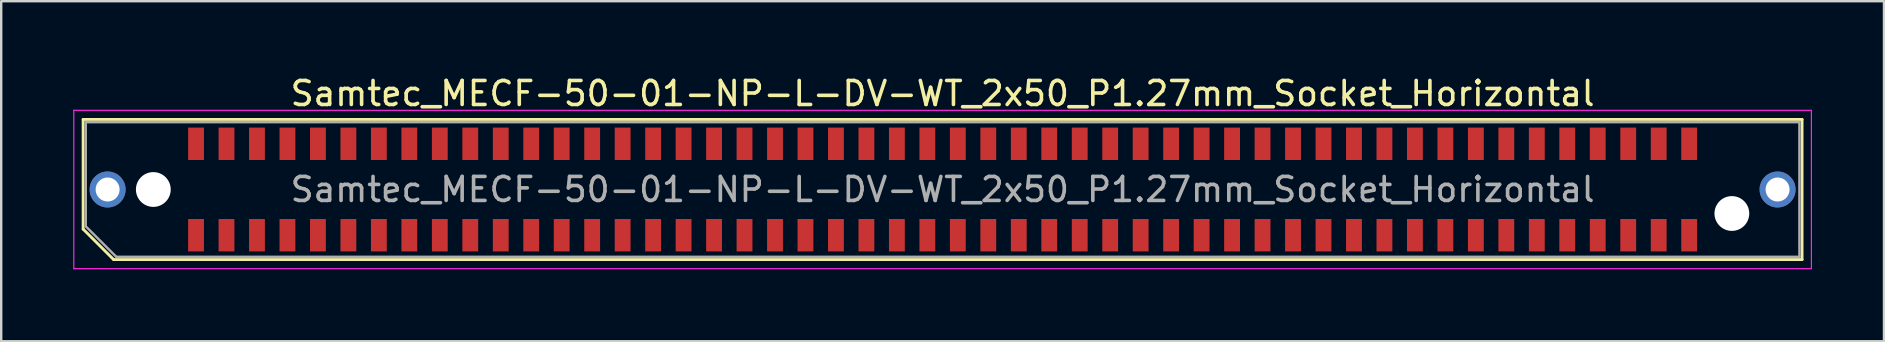
<source format=kicad_pcb>
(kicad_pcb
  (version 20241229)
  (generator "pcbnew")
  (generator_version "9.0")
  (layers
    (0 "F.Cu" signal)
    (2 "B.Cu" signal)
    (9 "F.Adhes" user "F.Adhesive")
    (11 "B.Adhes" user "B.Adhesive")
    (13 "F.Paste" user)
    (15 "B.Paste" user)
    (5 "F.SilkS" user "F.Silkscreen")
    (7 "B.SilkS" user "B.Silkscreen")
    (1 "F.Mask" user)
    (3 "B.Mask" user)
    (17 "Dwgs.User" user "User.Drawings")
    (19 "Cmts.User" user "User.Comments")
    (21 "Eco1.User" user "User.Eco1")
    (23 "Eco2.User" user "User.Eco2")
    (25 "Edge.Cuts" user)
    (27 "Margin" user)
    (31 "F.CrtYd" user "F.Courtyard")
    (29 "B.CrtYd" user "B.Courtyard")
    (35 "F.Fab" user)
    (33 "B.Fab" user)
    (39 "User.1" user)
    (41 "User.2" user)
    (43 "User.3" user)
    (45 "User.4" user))
  (footprint "Samtec_MECF-50-01-NP-L-DV-WT_2x50_P1.27mm_Socket_Horizontal"
    (layer "F.Cu")
    (at 36.235 4.848)
    (property "Reference" "Samtec_MECF-50-01-NP-L-DV-WT_2x50_P1.27mm_Socket_Horizontal" (at 0 -4 0) (layer "F.SilkS") (effects (font (size 1 1) (thickness 0.15))))
    (attr smd)
    (fp_line (start -35.82 -2.92) (end 35.82 -2.92) (stroke (width 0.12) (type solid)) (layer "F.SilkS"))
    (fp_line (start -35.82 1.65) (end -35.82 -2.92) (stroke (width 0.12) (type solid)) (layer "F.SilkS"))
    (fp_line (start -34.55 2.92) (end -35.82 1.65) (stroke (width 0.12) (type solid)) (layer "F.SilkS"))
    (fp_line (start -34.55 2.92) (end 35.82 2.92) (stroke (width 0.12) (type solid)) (layer "F.SilkS"))
    (fp_line (start 35.82 2.92) (end 35.82 -2.92) (stroke (width 0.12) (type solid)) (layer "F.SilkS"))
    (fp_line (start -36.21 -3.3) (end -36.21 3.3) (stroke (width 0.05) (type solid)) (layer "F.CrtYd"))
    (fp_line (start -36.21 3.3) (end 36.21 3.3) (stroke (width 0.05) (type solid)) (layer "F.CrtYd"))
    (fp_line (start 36.21 -3.3) (end -36.21 -3.3) (stroke (width 0.05) (type solid)) (layer "F.CrtYd"))
    (fp_line (start 36.21 3.3) (end 36.21 -3.3) (stroke (width 0.05) (type solid)) (layer "F.CrtYd"))
    (fp_line (start -35.71 -2.805) (end 35.71 -2.805) (stroke (width 0.1) (type solid)) (layer "F.Fab"))
    (fp_line (start -35.71 1.535) (end -35.71 -2.805) (stroke (width 0.1) (type solid)) (layer "F.Fab"))
    (fp_line (start -35.71 1.535) (end -34.44 2.805) (stroke (width 0.1) (type solid)) (layer "F.Fab"))
    (fp_line (start -34.44 2.805) (end 35.71 2.805) (stroke (width 0.1) (type solid)) (layer "F.Fab"))
    (fp_line (start 35.71 2.805) (end 35.71 -2.805) (stroke (width 0.1) (type solid)) (layer "F.Fab"))
    (fp_text user "${REFERENCE}" (at 0 0 0) (layer "F.Fab") (effects (font (size 1 1) (thickness 0.15))))
    (pad "" thru_hole circle (at -34.8 0) (size 1.5 1.5) (drill 1) (layers "*.Cu" "*.Mask"))
    (pad "" np_thru_hole circle (at -32.895 0) (size 1.45 1.45) (drill 1.45) (layers "*.Cu" "*.Mask"))
    (pad "" np_thru_hole circle (at 32.895 1) (size 1.45 1.45) (drill 1.45) (layers "*.Cu" "*.Mask"))
    (pad "" thru_hole circle (at 34.8 0) (size 1.5 1.5) (drill 1) (layers "*.Cu" "*.Mask"))
    (pad "1" smd rect (at -31.115 1.905) (size 0.66 1.35) (layers "F.Cu" "F.Mask" "F.Paste"))
    (pad "2" smd rect (at -31.115 -1.905) (size 0.66 1.35) (layers "F.Cu" "F.Mask" "F.Paste"))
    (pad "3" smd rect (at -29.845 1.905) (size 0.66 1.35) (layers "F.Cu" "F.Mask" "F.Paste"))
    (pad "4" smd rect (at -29.845 -1.905) (size 0.66 1.35) (layers "F.Cu" "F.Mask" "F.Paste"))
    (pad "5" smd rect (at -28.575 1.905) (size 0.66 1.35) (layers "F.Cu" "F.Mask" "F.Paste"))
    (pad "6" smd rect (at -28.575 -1.905) (size 0.66 1.35) (layers "F.Cu" "F.Mask" "F.Paste"))
    (pad "7" smd rect (at -27.305 1.905) (size 0.66 1.35) (layers "F.Cu" "F.Mask" "F.Paste"))
    (pad "8" smd rect (at -27.305 -1.905) (size 0.66 1.35) (layers "F.Cu" "F.Mask" "F.Paste"))
    (pad "9" smd rect (at -26.035 1.905) (size 0.66 1.35) (layers "F.Cu" "F.Mask" "F.Paste"))
    (pad "10" smd rect (at -26.035 -1.905) (size 0.66 1.35) (layers "F.Cu" "F.Mask" "F.Paste"))
    (pad "11" smd rect (at -24.765 1.905) (size 0.66 1.35) (layers "F.Cu" "F.Mask" "F.Paste"))
    (pad "12" smd rect (at -24.765 -1.905) (size 0.66 1.35) (layers "F.Cu" "F.Mask" "F.Paste"))
    (pad "13" smd rect (at -23.495 1.905) (size 0.66 1.35) (layers "F.Cu" "F.Mask" "F.Paste"))
    (pad "14" smd rect (at -23.495 -1.905) (size 0.66 1.35) (layers "F.Cu" "F.Mask" "F.Paste"))
    (pad "15" smd rect (at -22.225 1.905) (size 0.66 1.35) (layers "F.Cu" "F.Mask" "F.Paste"))
    (pad "16" smd rect (at -22.225 -1.905) (size 0.66 1.35) (layers "F.Cu" "F.Mask" "F.Paste"))
    (pad "17" smd rect (at -20.955 1.905) (size 0.66 1.35) (layers "F.Cu" "F.Mask" "F.Paste"))
    (pad "18" smd rect (at -20.955 -1.905) (size 0.66 1.35) (layers "F.Cu" "F.Mask" "F.Paste"))
    (pad "19" smd rect (at -19.685 1.905) (size 0.66 1.35) (layers "F.Cu" "F.Mask" "F.Paste"))
    (pad "20" smd rect (at -19.685 -1.905) (size 0.66 1.35) (layers "F.Cu" "F.Mask" "F.Paste"))
    (pad "21" smd rect (at -18.415 1.905) (size 0.66 1.35) (layers "F.Cu" "F.Mask" "F.Paste"))
    (pad "22" smd rect (at -18.415 -1.905) (size 0.66 1.35) (layers "F.Cu" "F.Mask" "F.Paste"))
    (pad "23" smd rect (at -17.145 1.905) (size 0.66 1.35) (layers "F.Cu" "F.Mask" "F.Paste"))
    (pad "24" smd rect (at -17.145 -1.905) (size 0.66 1.35) (layers "F.Cu" "F.Mask" "F.Paste"))
    (pad "25" smd rect (at -15.875 1.905) (size 0.66 1.35) (layers "F.Cu" "F.Mask" "F.Paste"))
    (pad "26" smd rect (at -15.875 -1.905) (size 0.66 1.35) (layers "F.Cu" "F.Mask" "F.Paste"))
    (pad "27" smd rect (at -14.605 1.905) (size 0.66 1.35) (layers "F.Cu" "F.Mask" "F.Paste"))
    (pad "28" smd rect (at -14.605 -1.905) (size 0.66 1.35) (layers "F.Cu" "F.Mask" "F.Paste"))
    (pad "29" smd rect (at -13.335 1.905) (size 0.66 1.35) (layers "F.Cu" "F.Mask" "F.Paste"))
    (pad "30" smd rect (at -13.335 -1.905) (size 0.66 1.35) (layers "F.Cu" "F.Mask" "F.Paste"))
    (pad "31" smd rect (at -12.065 1.905) (size 0.66 1.35) (layers "F.Cu" "F.Mask" "F.Paste"))
    (pad "32" smd rect (at -12.065 -1.905) (size 0.66 1.35) (layers "F.Cu" "F.Mask" "F.Paste"))
    (pad "33" smd rect (at -10.795 1.905) (size 0.66 1.35) (layers "F.Cu" "F.Mask" "F.Paste"))
    (pad "34" smd rect (at -10.795 -1.905) (size 0.66 1.35) (layers "F.Cu" "F.Mask" "F.Paste"))
    (pad "35" smd rect (at -9.525 1.905) (size 0.66 1.35) (layers "F.Cu" "F.Mask" "F.Paste"))
    (pad "36" smd rect (at -9.525 -1.905) (size 0.66 1.35) (layers "F.Cu" "F.Mask" "F.Paste"))
    (pad "37" smd rect (at -8.255 1.905) (size 0.66 1.35) (layers "F.Cu" "F.Mask" "F.Paste"))
    (pad "38" smd rect (at -8.255 -1.905) (size 0.66 1.35) (layers "F.Cu" "F.Mask" "F.Paste"))
    (pad "39" smd rect (at -6.985 1.905) (size 0.66 1.35) (layers "F.Cu" "F.Mask" "F.Paste"))
    (pad "40" smd rect (at -6.985 -1.905) (size 0.66 1.35) (layers "F.Cu" "F.Mask" "F.Paste"))
    (pad "41" smd rect (at -5.715 1.905) (size 0.66 1.35) (layers "F.Cu" "F.Mask" "F.Paste"))
    (pad "42" smd rect (at -5.715 -1.905) (size 0.66 1.35) (layers "F.Cu" "F.Mask" "F.Paste"))
    (pad "43" smd rect (at -4.445 1.905) (size 0.66 1.35) (layers "F.Cu" "F.Mask" "F.Paste"))
    (pad "44" smd rect (at -4.445 -1.905) (size 0.66 1.35) (layers "F.Cu" "F.Mask" "F.Paste"))
    (pad "45" smd rect (at -3.175 1.905) (size 0.66 1.35) (layers "F.Cu" "F.Mask" "F.Paste"))
    (pad "46" smd rect (at -3.175 -1.905) (size 0.66 1.35) (layers "F.Cu" "F.Mask" "F.Paste"))
    (pad "47" smd rect (at -1.905 1.905) (size 0.66 1.35) (layers "F.Cu" "F.Mask" "F.Paste"))
    (pad "48" smd rect (at -1.905 -1.905) (size 0.66 1.35) (layers "F.Cu" "F.Mask" "F.Paste"))
    (pad "49" smd rect (at -0.635 1.905) (size 0.66 1.35) (layers "F.Cu" "F.Mask" "F.Paste"))
    (pad "50" smd rect (at -0.635 -1.905) (size 0.66 1.35) (layers "F.Cu" "F.Mask" "F.Paste"))
    (pad "51" smd rect (at 0.635 1.905) (size 0.66 1.35) (layers "F.Cu" "F.Mask" "F.Paste"))
    (pad "52" smd rect (at 0.635 -1.905) (size 0.66 1.35) (layers "F.Cu" "F.Mask" "F.Paste"))
    (pad "53" smd rect (at 1.905 1.905) (size 0.66 1.35) (layers "F.Cu" "F.Mask" "F.Paste"))
    (pad "54" smd rect (at 1.905 -1.905) (size 0.66 1.35) (layers "F.Cu" "F.Mask" "F.Paste"))
    (pad "55" smd rect (at 3.175 1.905) (size 0.66 1.35) (layers "F.Cu" "F.Mask" "F.Paste"))
    (pad "56" smd rect (at 3.175 -1.905) (size 0.66 1.35) (layers "F.Cu" "F.Mask" "F.Paste"))
    (pad "57" smd rect (at 4.445 1.905) (size 0.66 1.35) (layers "F.Cu" "F.Mask" "F.Paste"))
    (pad "58" smd rect (at 4.445 -1.905) (size 0.66 1.35) (layers "F.Cu" "F.Mask" "F.Paste"))
    (pad "59" smd rect (at 5.715 1.905) (size 0.66 1.35) (layers "F.Cu" "F.Mask" "F.Paste"))
    (pad "60" smd rect (at 5.715 -1.905) (size 0.66 1.35) (layers "F.Cu" "F.Mask" "F.Paste"))
    (pad "61" smd rect (at 6.985 1.905) (size 0.66 1.35) (layers "F.Cu" "F.Mask" "F.Paste"))
    (pad "62" smd rect (at 6.985 -1.905) (size 0.66 1.35) (layers "F.Cu" "F.Mask" "F.Paste"))
    (pad "63" smd rect (at 8.255 1.905) (size 0.66 1.35) (layers "F.Cu" "F.Mask" "F.Paste"))
    (pad "64" smd rect (at 8.255 -1.905) (size 0.66 1.35) (layers "F.Cu" "F.Mask" "F.Paste"))
    (pad "65" smd rect (at 9.525 1.905) (size 0.66 1.35) (layers "F.Cu" "F.Mask" "F.Paste"))
    (pad "66" smd rect (at 9.525 -1.905) (size 0.66 1.35) (layers "F.Cu" "F.Mask" "F.Paste"))
    (pad "67" smd rect (at 10.795 1.905) (size 0.66 1.35) (layers "F.Cu" "F.Mask" "F.Paste"))
    (pad "68" smd rect (at 10.795 -1.905) (size 0.66 1.35) (layers "F.Cu" "F.Mask" "F.Paste"))
    (pad "69" smd rect (at 12.065 1.905) (size 0.66 1.35) (layers "F.Cu" "F.Mask" "F.Paste"))
    (pad "70" smd rect (at 12.065 -1.905) (size 0.66 1.35) (layers "F.Cu" "F.Mask" "F.Paste"))
    (pad "71" smd rect (at 13.335 1.905) (size 0.66 1.35) (layers "F.Cu" "F.Mask" "F.Paste"))
    (pad "72" smd rect (at 13.335 -1.905) (size 0.66 1.35) (layers "F.Cu" "F.Mask" "F.Paste"))
    (pad "73" smd rect (at 14.605 1.905) (size 0.66 1.35) (layers "F.Cu" "F.Mask" "F.Paste"))
    (pad "74" smd rect (at 14.605 -1.905) (size 0.66 1.35) (layers "F.Cu" "F.Mask" "F.Paste"))
    (pad "75" smd rect (at 15.875 1.905) (size 0.66 1.35) (layers "F.Cu" "F.Mask" "F.Paste"))
    (pad "76" smd rect (at 15.875 -1.905) (size 0.66 1.35) (layers "F.Cu" "F.Mask" "F.Paste"))
    (pad "77" smd rect (at 17.145 1.905) (size 0.66 1.35) (layers "F.Cu" "F.Mask" "F.Paste"))
    (pad "78" smd rect (at 17.145 -1.905) (size 0.66 1.35) (layers "F.Cu" "F.Mask" "F.Paste"))
    (pad "79" smd rect (at 18.415 1.905) (size 0.66 1.35) (layers "F.Cu" "F.Mask" "F.Paste"))
    (pad "80" smd rect (at 18.415 -1.905) (size 0.66 1.35) (layers "F.Cu" "F.Mask" "F.Paste"))
    (pad "81" smd rect (at 19.685 1.905) (size 0.66 1.35) (layers "F.Cu" "F.Mask" "F.Paste"))
    (pad "82" smd rect (at 19.685 -1.905) (size 0.66 1.35) (layers "F.Cu" "F.Mask" "F.Paste"))
    (pad "83" smd rect (at 20.955 1.905) (size 0.66 1.35) (layers "F.Cu" "F.Mask" "F.Paste"))
    (pad "84" smd rect (at 20.955 -1.905) (size 0.66 1.35) (layers "F.Cu" "F.Mask" "F.Paste"))
    (pad "85" smd rect (at 22.225 1.905) (size 0.66 1.35) (layers "F.Cu" "F.Mask" "F.Paste"))
    (pad "86" smd rect (at 22.225 -1.905) (size 0.66 1.35) (layers "F.Cu" "F.Mask" "F.Paste"))
    (pad "87" smd rect (at 23.495 1.905) (size 0.66 1.35) (layers "F.Cu" "F.Mask" "F.Paste"))
    (pad "88" smd rect (at 23.495 -1.905) (size 0.66 1.35) (layers "F.Cu" "F.Mask" "F.Paste"))
    (pad "89" smd rect (at 24.765 1.905) (size 0.66 1.35) (layers "F.Cu" "F.Mask" "F.Paste"))
    (pad "90" smd rect (at 24.765 -1.905) (size 0.66 1.35) (layers "F.Cu" "F.Mask" "F.Paste"))
    (pad "91" smd rect (at 26.035 1.905) (size 0.66 1.35) (layers "F.Cu" "F.Mask" "F.Paste"))
    (pad "92" smd rect (at 26.035 -1.905) (size 0.66 1.35) (layers "F.Cu" "F.Mask" "F.Paste"))
    (pad "93" smd rect (at 27.305 1.905) (size 0.66 1.35) (layers "F.Cu" "F.Mask" "F.Paste"))
    (pad "94" smd rect (at 27.305 -1.905) (size 0.66 1.35) (layers "F.Cu" "F.Mask" "F.Paste"))
    (pad "95" smd rect (at 28.575 1.905) (size 0.66 1.35) (layers "F.Cu" "F.Mask" "F.Paste"))
    (pad "96" smd rect (at 28.575 -1.905) (size 0.66 1.35) (layers "F.Cu" "F.Mask" "F.Paste"))
    (pad "97" smd rect (at 29.845 1.905) (size 0.66 1.35) (layers "F.Cu" "F.Mask" "F.Paste"))
    (pad "98" smd rect (at 29.845 -1.905) (size 0.66 1.35) (layers "F.Cu" "F.Mask" "F.Paste"))
    (pad "99" smd rect (at 31.115 1.905) (size 0.66 1.35) (layers "F.Cu" "F.Mask" "F.Paste"))
    (pad "100" smd rect (at 31.115 -1.905) (size 0.66 1.35) (layers "F.Cu" "F.Mask" "F.Paste")))
  (gr_rect
    (start -3 -3)
    (end 75.47 11.173)
    (stroke (width 0.1) (type default))
    (fill no)
    (layer "Edge.Cuts")))
</source>
